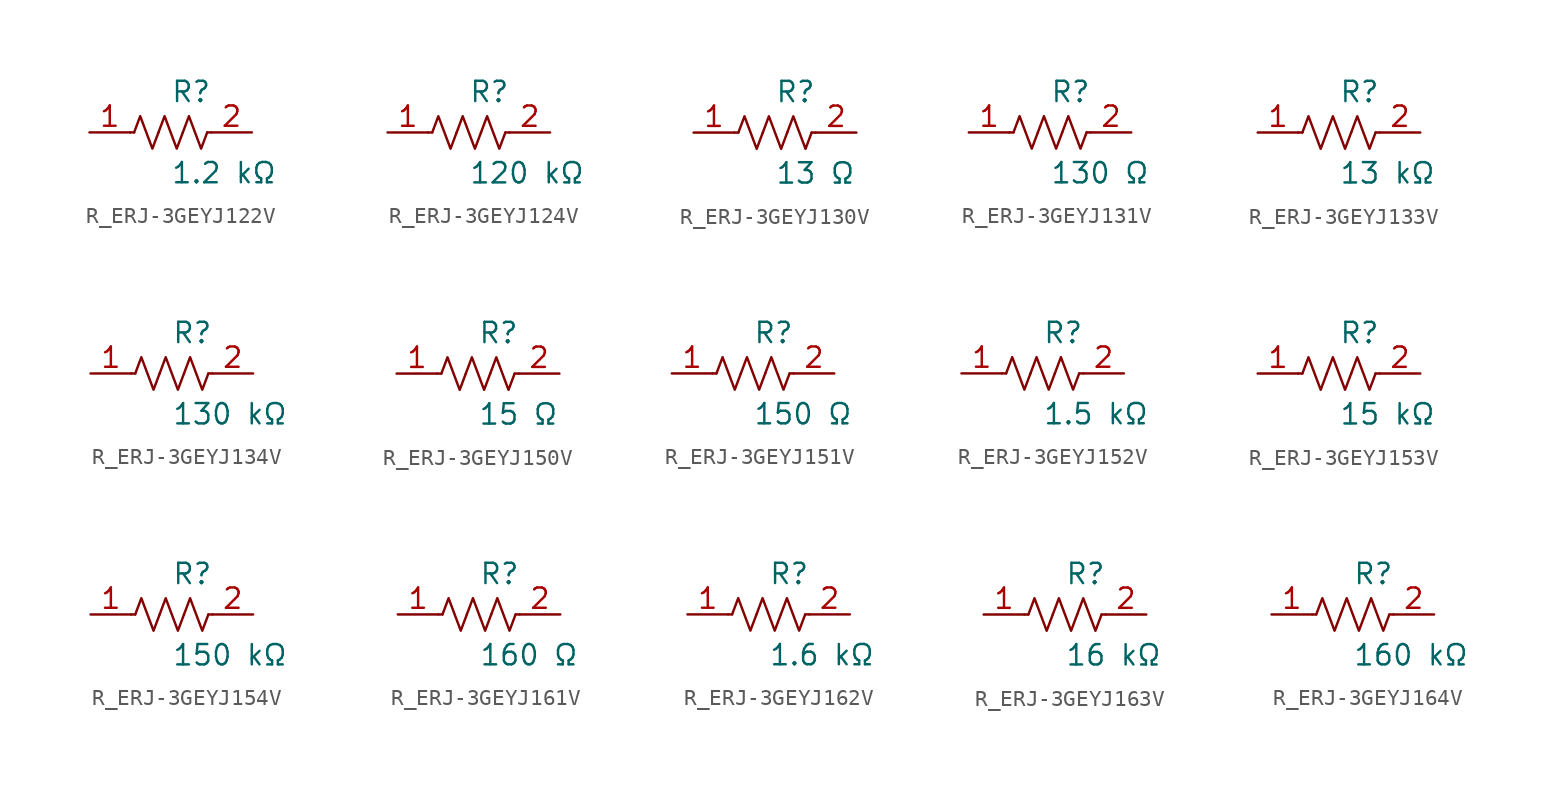
<source format=kicad_sym>
(kicad_symbol_lib
  (version 20231120)
  (generator kicad_symbol_editor)
  (generator_version 8.0)
  (symbol "R_ERJ-3GEYJ122V"
    (pin_names
      (offset 0.254))
    (property "Reference" "R"
      (at 0.0 2.54 0)
      (effects (font (size 1.27 1.27)) (justify left)))
    (property "Value" "1.2 kΩ"
      (at 0.0 -2.54 0)
      (effects (font (size 1.27 1.27)) (justify left)))
    (symbol "R_ERJ-3GEYJ122V_0_1"
      (polyline (pts (xy 2.286 0) (xy 2.54 0)) (stroke (width 0) (type default)) (fill (type none)))
      (polyline (pts (xy -2.286 0) (xy -2.54 0)) (stroke (width 0) (type default)) (fill (type none)))
      (polyline (pts (xy 0.762 0) (xy 1.143 1.016) (xy 1.524 0) (xy 1.905 -1.016) (xy 2.286 0)) (stroke (width 0) (type default)) (fill (type none)))
      (polyline (pts (xy -0.762 0) (xy -0.381 1.016) (xy 0 0) (xy 0.381 -1.016) (xy 0.762 0)) (stroke (width 0) (type default)) (fill (type none)))
      (polyline (pts (xy -2.286 0) (xy -1.905 1.016) (xy -1.524 0) (xy -1.143 -1.016) (xy -0.762 0)) (stroke (width 0) (type default)) (fill (type none))))
    (pin unspecified line
      (at -5.08 0 0)
      (length 2.54)
      (name "" (effects (font (size 1.27 1.27))))
      (number "1" (effects (font (size 1.27 1.27)))))
    (pin unspecified line
      (at 5.08 0 180)
      (length 2.54)
      (name "" (effects (font (size 1.27 1.27))))
      (number "2" (effects (font (size 1.27 1.27))))))
  (symbol "R_ERJ-3GEYJ124V"
    (pin_names
      (offset 0.254))
    (property "Reference" "R"
      (at 0.0 2.54 0)
      (effects (font (size 1.27 1.27)) (justify left)))
    (property "Value" "120 kΩ"
      (at 0.0 -2.54 0)
      (effects (font (size 1.27 1.27)) (justify left)))
    (symbol "R_ERJ-3GEYJ124V_0_1"
      (polyline (pts (xy 2.286 0) (xy 2.54 0)) (stroke (width 0) (type default)) (fill (type none)))
      (polyline (pts (xy -2.286 0) (xy -2.54 0)) (stroke (width 0) (type default)) (fill (type none)))
      (polyline (pts (xy 0.762 0) (xy 1.143 1.016) (xy 1.524 0) (xy 1.905 -1.016) (xy 2.286 0)) (stroke (width 0) (type default)) (fill (type none)))
      (polyline (pts (xy -0.762 0) (xy -0.381 1.016) (xy 0 0) (xy 0.381 -1.016) (xy 0.762 0)) (stroke (width 0) (type default)) (fill (type none)))
      (polyline (pts (xy -2.286 0) (xy -1.905 1.016) (xy -1.524 0) (xy -1.143 -1.016) (xy -0.762 0)) (stroke (width 0) (type default)) (fill (type none))))
    (pin unspecified line
      (at -5.08 0 0)
      (length 2.54)
      (name "" (effects (font (size 1.27 1.27))))
      (number "1" (effects (font (size 1.27 1.27)))))
    (pin unspecified line
      (at 5.08 0 180)
      (length 2.54)
      (name "" (effects (font (size 1.27 1.27))))
      (number "2" (effects (font (size 1.27 1.27))))))
  (symbol "R_ERJ-3GEYJ130V"
    (pin_names
      (offset 0.254))
    (property "Reference" "R"
      (at 0.0 2.54 0)
      (effects (font (size 1.27 1.27)) (justify left)))
    (property "Value" "13 Ω"
      (at 0.0 -2.54 0)
      (effects (font (size 1.27 1.27)) (justify left)))
    (symbol "R_ERJ-3GEYJ130V_0_1"
      (polyline (pts (xy 2.286 0) (xy 2.54 0)) (stroke (width 0) (type default)) (fill (type none)))
      (polyline (pts (xy -2.286 0) (xy -2.54 0)) (stroke (width 0) (type default)) (fill (type none)))
      (polyline (pts (xy 0.762 0) (xy 1.143 1.016) (xy 1.524 0) (xy 1.905 -1.016) (xy 2.286 0)) (stroke (width 0) (type default)) (fill (type none)))
      (polyline (pts (xy -0.762 0) (xy -0.381 1.016) (xy 0 0) (xy 0.381 -1.016) (xy 0.762 0)) (stroke (width 0) (type default)) (fill (type none)))
      (polyline (pts (xy -2.286 0) (xy -1.905 1.016) (xy -1.524 0) (xy -1.143 -1.016) (xy -0.762 0)) (stroke (width 0) (type default)) (fill (type none))))
    (pin unspecified line
      (at -5.08 0 0)
      (length 2.54)
      (name "" (effects (font (size 1.27 1.27))))
      (number "1" (effects (font (size 1.27 1.27)))))
    (pin unspecified line
      (at 5.08 0 180)
      (length 2.54)
      (name "" (effects (font (size 1.27 1.27))))
      (number "2" (effects (font (size 1.27 1.27))))))
  (symbol "R_ERJ-3GEYJ131V"
    (pin_names
      (offset 0.254))
    (property "Reference" "R"
      (at 0.0 2.54 0)
      (effects (font (size 1.27 1.27)) (justify left)))
    (property "Value" "130 Ω"
      (at 0.0 -2.54 0)
      (effects (font (size 1.27 1.27)) (justify left)))
    (symbol "R_ERJ-3GEYJ131V_0_1"
      (polyline (pts (xy 2.286 0) (xy 2.54 0)) (stroke (width 0) (type default)) (fill (type none)))
      (polyline (pts (xy -2.286 0) (xy -2.54 0)) (stroke (width 0) (type default)) (fill (type none)))
      (polyline (pts (xy 0.762 0) (xy 1.143 1.016) (xy 1.524 0) (xy 1.905 -1.016) (xy 2.286 0)) (stroke (width 0) (type default)) (fill (type none)))
      (polyline (pts (xy -0.762 0) (xy -0.381 1.016) (xy 0 0) (xy 0.381 -1.016) (xy 0.762 0)) (stroke (width 0) (type default)) (fill (type none)))
      (polyline (pts (xy -2.286 0) (xy -1.905 1.016) (xy -1.524 0) (xy -1.143 -1.016) (xy -0.762 0)) (stroke (width 0) (type default)) (fill (type none))))
    (pin unspecified line
      (at -5.08 0 0)
      (length 2.54)
      (name "" (effects (font (size 1.27 1.27))))
      (number "1" (effects (font (size 1.27 1.27)))))
    (pin unspecified line
      (at 5.08 0 180)
      (length 2.54)
      (name "" (effects (font (size 1.27 1.27))))
      (number "2" (effects (font (size 1.27 1.27))))))
  (symbol "R_ERJ-3GEYJ133V"
    (pin_names
      (offset 0.254))
    (property "Reference" "R"
      (at 0.0 2.54 0)
      (effects (font (size 1.27 1.27)) (justify left)))
    (property "Value" "13 kΩ"
      (at 0.0 -2.54 0)
      (effects (font (size 1.27 1.27)) (justify left)))
    (symbol "R_ERJ-3GEYJ133V_0_1"
      (polyline (pts (xy 2.286 0) (xy 2.54 0)) (stroke (width 0) (type default)) (fill (type none)))
      (polyline (pts (xy -2.286 0) (xy -2.54 0)) (stroke (width 0) (type default)) (fill (type none)))
      (polyline (pts (xy 0.762 0) (xy 1.143 1.016) (xy 1.524 0) (xy 1.905 -1.016) (xy 2.286 0)) (stroke (width 0) (type default)) (fill (type none)))
      (polyline (pts (xy -0.762 0) (xy -0.381 1.016) (xy 0 0) (xy 0.381 -1.016) (xy 0.762 0)) (stroke (width 0) (type default)) (fill (type none)))
      (polyline (pts (xy -2.286 0) (xy -1.905 1.016) (xy -1.524 0) (xy -1.143 -1.016) (xy -0.762 0)) (stroke (width 0) (type default)) (fill (type none))))
    (pin unspecified line
      (at -5.08 0 0)
      (length 2.54)
      (name "" (effects (font (size 1.27 1.27))))
      (number "1" (effects (font (size 1.27 1.27)))))
    (pin unspecified line
      (at 5.08 0 180)
      (length 2.54)
      (name "" (effects (font (size 1.27 1.27))))
      (number "2" (effects (font (size 1.27 1.27))))))
  (symbol "R_ERJ-3GEYJ134V"
    (pin_names
      (offset 0.254))
    (property "Reference" "R"
      (at 0.0 2.54 0)
      (effects (font (size 1.27 1.27)) (justify left)))
    (property "Value" "130 kΩ"
      (at 0.0 -2.54 0)
      (effects (font (size 1.27 1.27)) (justify left)))
    (symbol "R_ERJ-3GEYJ134V_0_1"
      (polyline (pts (xy 2.286 0) (xy 2.54 0)) (stroke (width 0) (type default)) (fill (type none)))
      (polyline (pts (xy -2.286 0) (xy -2.54 0)) (stroke (width 0) (type default)) (fill (type none)))
      (polyline (pts (xy 0.762 0) (xy 1.143 1.016) (xy 1.524 0) (xy 1.905 -1.016) (xy 2.286 0)) (stroke (width 0) (type default)) (fill (type none)))
      (polyline (pts (xy -0.762 0) (xy -0.381 1.016) (xy 0 0) (xy 0.381 -1.016) (xy 0.762 0)) (stroke (width 0) (type default)) (fill (type none)))
      (polyline (pts (xy -2.286 0) (xy -1.905 1.016) (xy -1.524 0) (xy -1.143 -1.016) (xy -0.762 0)) (stroke (width 0) (type default)) (fill (type none))))
    (pin unspecified line
      (at -5.08 0 0)
      (length 2.54)
      (name "" (effects (font (size 1.27 1.27))))
      (number "1" (effects (font (size 1.27 1.27)))))
    (pin unspecified line
      (at 5.08 0 180)
      (length 2.54)
      (name "" (effects (font (size 1.27 1.27))))
      (number "2" (effects (font (size 1.27 1.27))))))
  (symbol "R_ERJ-3GEYJ150V"
    (pin_names
      (offset 0.254))
    (property "Reference" "R"
      (at 0.0 2.54 0)
      (effects (font (size 1.27 1.27)) (justify left)))
    (property "Value" "15 Ω"
      (at 0.0 -2.54 0)
      (effects (font (size 1.27 1.27)) (justify left)))
    (symbol "R_ERJ-3GEYJ150V_0_1"
      (polyline (pts (xy 2.286 0) (xy 2.54 0)) (stroke (width 0) (type default)) (fill (type none)))
      (polyline (pts (xy -2.286 0) (xy -2.54 0)) (stroke (width 0) (type default)) (fill (type none)))
      (polyline (pts (xy 0.762 0) (xy 1.143 1.016) (xy 1.524 0) (xy 1.905 -1.016) (xy 2.286 0)) (stroke (width 0) (type default)) (fill (type none)))
      (polyline (pts (xy -0.762 0) (xy -0.381 1.016) (xy 0 0) (xy 0.381 -1.016) (xy 0.762 0)) (stroke (width 0) (type default)) (fill (type none)))
      (polyline (pts (xy -2.286 0) (xy -1.905 1.016) (xy -1.524 0) (xy -1.143 -1.016) (xy -0.762 0)) (stroke (width 0) (type default)) (fill (type none))))
    (pin unspecified line
      (at -5.08 0 0)
      (length 2.54)
      (name "" (effects (font (size 1.27 1.27))))
      (number "1" (effects (font (size 1.27 1.27)))))
    (pin unspecified line
      (at 5.08 0 180)
      (length 2.54)
      (name "" (effects (font (size 1.27 1.27))))
      (number "2" (effects (font (size 1.27 1.27))))))
  (symbol "R_ERJ-3GEYJ151V"
    (pin_names
      (offset 0.254))
    (property "Reference" "R"
      (at 0.0 2.54 0)
      (effects (font (size 1.27 1.27)) (justify left)))
    (property "Value" "150 Ω"
      (at 0.0 -2.54 0)
      (effects (font (size 1.27 1.27)) (justify left)))
    (symbol "R_ERJ-3GEYJ151V_0_1"
      (polyline (pts (xy 2.286 0) (xy 2.54 0)) (stroke (width 0) (type default)) (fill (type none)))
      (polyline (pts (xy -2.286 0) (xy -2.54 0)) (stroke (width 0) (type default)) (fill (type none)))
      (polyline (pts (xy 0.762 0) (xy 1.143 1.016) (xy 1.524 0) (xy 1.905 -1.016) (xy 2.286 0)) (stroke (width 0) (type default)) (fill (type none)))
      (polyline (pts (xy -0.762 0) (xy -0.381 1.016) (xy 0 0) (xy 0.381 -1.016) (xy 0.762 0)) (stroke (width 0) (type default)) (fill (type none)))
      (polyline (pts (xy -2.286 0) (xy -1.905 1.016) (xy -1.524 0) (xy -1.143 -1.016) (xy -0.762 0)) (stroke (width 0) (type default)) (fill (type none))))
    (pin unspecified line
      (at -5.08 0 0)
      (length 2.54)
      (name "" (effects (font (size 1.27 1.27))))
      (number "1" (effects (font (size 1.27 1.27)))))
    (pin unspecified line
      (at 5.08 0 180)
      (length 2.54)
      (name "" (effects (font (size 1.27 1.27))))
      (number "2" (effects (font (size 1.27 1.27))))))
  (symbol "R_ERJ-3GEYJ152V"
    (pin_names
      (offset 0.254))
    (property "Reference" "R"
      (at 0.0 2.54 0)
      (effects (font (size 1.27 1.27)) (justify left)))
    (property "Value" "1.5 kΩ"
      (at 0.0 -2.54 0)
      (effects (font (size 1.27 1.27)) (justify left)))
    (symbol "R_ERJ-3GEYJ152V_0_1"
      (polyline (pts (xy 2.286 0) (xy 2.54 0)) (stroke (width 0) (type default)) (fill (type none)))
      (polyline (pts (xy -2.286 0) (xy -2.54 0)) (stroke (width 0) (type default)) (fill (type none)))
      (polyline (pts (xy 0.762 0) (xy 1.143 1.016) (xy 1.524 0) (xy 1.905 -1.016) (xy 2.286 0)) (stroke (width 0) (type default)) (fill (type none)))
      (polyline (pts (xy -0.762 0) (xy -0.381 1.016) (xy 0 0) (xy 0.381 -1.016) (xy 0.762 0)) (stroke (width 0) (type default)) (fill (type none)))
      (polyline (pts (xy -2.286 0) (xy -1.905 1.016) (xy -1.524 0) (xy -1.143 -1.016) (xy -0.762 0)) (stroke (width 0) (type default)) (fill (type none))))
    (pin unspecified line
      (at -5.08 0 0)
      (length 2.54)
      (name "" (effects (font (size 1.27 1.27))))
      (number "1" (effects (font (size 1.27 1.27)))))
    (pin unspecified line
      (at 5.08 0 180)
      (length 2.54)
      (name "" (effects (font (size 1.27 1.27))))
      (number "2" (effects (font (size 1.27 1.27))))))
  (symbol "R_ERJ-3GEYJ153V"
    (pin_names
      (offset 0.254))
    (property "Reference" "R"
      (at 0.0 2.54 0)
      (effects (font (size 1.27 1.27)) (justify left)))
    (property "Value" "15 kΩ"
      (at 0.0 -2.54 0)
      (effects (font (size 1.27 1.27)) (justify left)))
    (symbol "R_ERJ-3GEYJ153V_0_1"
      (polyline (pts (xy 2.286 0) (xy 2.54 0)) (stroke (width 0) (type default)) (fill (type none)))
      (polyline (pts (xy -2.286 0) (xy -2.54 0)) (stroke (width 0) (type default)) (fill (type none)))
      (polyline (pts (xy 0.762 0) (xy 1.143 1.016) (xy 1.524 0) (xy 1.905 -1.016) (xy 2.286 0)) (stroke (width 0) (type default)) (fill (type none)))
      (polyline (pts (xy -0.762 0) (xy -0.381 1.016) (xy 0 0) (xy 0.381 -1.016) (xy 0.762 0)) (stroke (width 0) (type default)) (fill (type none)))
      (polyline (pts (xy -2.286 0) (xy -1.905 1.016) (xy -1.524 0) (xy -1.143 -1.016) (xy -0.762 0)) (stroke (width 0) (type default)) (fill (type none))))
    (pin unspecified line
      (at -5.08 0 0)
      (length 2.54)
      (name "" (effects (font (size 1.27 1.27))))
      (number "1" (effects (font (size 1.27 1.27)))))
    (pin unspecified line
      (at 5.08 0 180)
      (length 2.54)
      (name "" (effects (font (size 1.27 1.27))))
      (number "2" (effects (font (size 1.27 1.27))))))
  (symbol "R_ERJ-3GEYJ154V"
    (pin_names
      (offset 0.254))
    (property "Reference" "R"
      (at 0.0 2.54 0)
      (effects (font (size 1.27 1.27)) (justify left)))
    (property "Value" "150 kΩ"
      (at 0.0 -2.54 0)
      (effects (font (size 1.27 1.27)) (justify left)))
    (symbol "R_ERJ-3GEYJ154V_0_1"
      (polyline (pts (xy 2.286 0) (xy 2.54 0)) (stroke (width 0) (type default)) (fill (type none)))
      (polyline (pts (xy -2.286 0) (xy -2.54 0)) (stroke (width 0) (type default)) (fill (type none)))
      (polyline (pts (xy 0.762 0) (xy 1.143 1.016) (xy 1.524 0) (xy 1.905 -1.016) (xy 2.286 0)) (stroke (width 0) (type default)) (fill (type none)))
      (polyline (pts (xy -0.762 0) (xy -0.381 1.016) (xy 0 0) (xy 0.381 -1.016) (xy 0.762 0)) (stroke (width 0) (type default)) (fill (type none)))
      (polyline (pts (xy -2.286 0) (xy -1.905 1.016) (xy -1.524 0) (xy -1.143 -1.016) (xy -0.762 0)) (stroke (width 0) (type default)) (fill (type none))))
    (pin unspecified line
      (at -5.08 0 0)
      (length 2.54)
      (name "" (effects (font (size 1.27 1.27))))
      (number "1" (effects (font (size 1.27 1.27)))))
    (pin unspecified line
      (at 5.08 0 180)
      (length 2.54)
      (name "" (effects (font (size 1.27 1.27))))
      (number "2" (effects (font (size 1.27 1.27))))))
  (symbol "R_ERJ-3GEYJ161V"
    (pin_names
      (offset 0.254))
    (property "Reference" "R"
      (at 0.0 2.54 0)
      (effects (font (size 1.27 1.27)) (justify left)))
    (property "Value" "160 Ω"
      (at 0.0 -2.54 0)
      (effects (font (size 1.27 1.27)) (justify left)))
    (symbol "R_ERJ-3GEYJ161V_0_1"
      (polyline (pts (xy 2.286 0) (xy 2.54 0)) (stroke (width 0) (type default)) (fill (type none)))
      (polyline (pts (xy -2.286 0) (xy -2.54 0)) (stroke (width 0) (type default)) (fill (type none)))
      (polyline (pts (xy 0.762 0) (xy 1.143 1.016) (xy 1.524 0) (xy 1.905 -1.016) (xy 2.286 0)) (stroke (width 0) (type default)) (fill (type none)))
      (polyline (pts (xy -0.762 0) (xy -0.381 1.016) (xy 0 0) (xy 0.381 -1.016) (xy 0.762 0)) (stroke (width 0) (type default)) (fill (type none)))
      (polyline (pts (xy -2.286 0) (xy -1.905 1.016) (xy -1.524 0) (xy -1.143 -1.016) (xy -0.762 0)) (stroke (width 0) (type default)) (fill (type none))))
    (pin unspecified line
      (at -5.08 0 0)
      (length 2.54)
      (name "" (effects (font (size 1.27 1.27))))
      (number "1" (effects (font (size 1.27 1.27)))))
    (pin unspecified line
      (at 5.08 0 180)
      (length 2.54)
      (name "" (effects (font (size 1.27 1.27))))
      (number "2" (effects (font (size 1.27 1.27))))))
  (symbol "R_ERJ-3GEYJ162V"
    (pin_names
      (offset 0.254))
    (property "Reference" "R"
      (at 0.0 2.54 0)
      (effects (font (size 1.27 1.27)) (justify left)))
    (property "Value" "1.6 kΩ"
      (at 0.0 -2.54 0)
      (effects (font (size 1.27 1.27)) (justify left)))
    (symbol "R_ERJ-3GEYJ162V_0_1"
      (polyline (pts (xy 2.286 0) (xy 2.54 0)) (stroke (width 0) (type default)) (fill (type none)))
      (polyline (pts (xy -2.286 0) (xy -2.54 0)) (stroke (width 0) (type default)) (fill (type none)))
      (polyline (pts (xy 0.762 0) (xy 1.143 1.016) (xy 1.524 0) (xy 1.905 -1.016) (xy 2.286 0)) (stroke (width 0) (type default)) (fill (type none)))
      (polyline (pts (xy -0.762 0) (xy -0.381 1.016) (xy 0 0) (xy 0.381 -1.016) (xy 0.762 0)) (stroke (width 0) (type default)) (fill (type none)))
      (polyline (pts (xy -2.286 0) (xy -1.905 1.016) (xy -1.524 0) (xy -1.143 -1.016) (xy -0.762 0)) (stroke (width 0) (type default)) (fill (type none))))
    (pin unspecified line
      (at -5.08 0 0)
      (length 2.54)
      (name "" (effects (font (size 1.27 1.27))))
      (number "1" (effects (font (size 1.27 1.27)))))
    (pin unspecified line
      (at 5.08 0 180)
      (length 2.54)
      (name "" (effects (font (size 1.27 1.27))))
      (number "2" (effects (font (size 1.27 1.27))))))
  (symbol "R_ERJ-3GEYJ163V"
    (pin_names
      (offset 0.254))
    (property "Reference" "R"
      (at 0.0 2.54 0)
      (effects (font (size 1.27 1.27)) (justify left)))
    (property "Value" "16 kΩ"
      (at 0.0 -2.54 0)
      (effects (font (size 1.27 1.27)) (justify left)))
    (symbol "R_ERJ-3GEYJ163V_0_1"
      (polyline (pts (xy 2.286 0) (xy 2.54 0)) (stroke (width 0) (type default)) (fill (type none)))
      (polyline (pts (xy -2.286 0) (xy -2.54 0)) (stroke (width 0) (type default)) (fill (type none)))
      (polyline (pts (xy 0.762 0) (xy 1.143 1.016) (xy 1.524 0) (xy 1.905 -1.016) (xy 2.286 0)) (stroke (width 0) (type default)) (fill (type none)))
      (polyline (pts (xy -0.762 0) (xy -0.381 1.016) (xy 0 0) (xy 0.381 -1.016) (xy 0.762 0)) (stroke (width 0) (type default)) (fill (type none)))
      (polyline (pts (xy -2.286 0) (xy -1.905 1.016) (xy -1.524 0) (xy -1.143 -1.016) (xy -0.762 0)) (stroke (width 0) (type default)) (fill (type none))))
    (pin unspecified line
      (at -5.08 0 0)
      (length 2.54)
      (name "" (effects (font (size 1.27 1.27))))
      (number "1" (effects (font (size 1.27 1.27)))))
    (pin unspecified line
      (at 5.08 0 180)
      (length 2.54)
      (name "" (effects (font (size 1.27 1.27))))
      (number "2" (effects (font (size 1.27 1.27))))))
  (symbol "R_ERJ-3GEYJ164V"
    (pin_names
      (offset 0.254))
    (property "Reference" "R"
      (at 0.0 2.54 0)
      (effects (font (size 1.27 1.27)) (justify left)))
    (property "Value" "160 kΩ"
      (at 0.0 -2.54 0)
      (effects (font (size 1.27 1.27)) (justify left)))
    (symbol "R_ERJ-3GEYJ164V_0_1"
      (polyline (pts (xy 2.286 0) (xy 2.54 0)) (stroke (width 0) (type default)) (fill (type none)))
      (polyline (pts (xy -2.286 0) (xy -2.54 0)) (stroke (width 0) (type default)) (fill (type none)))
      (polyline (pts (xy 0.762 0) (xy 1.143 1.016) (xy 1.524 0) (xy 1.905 -1.016) (xy 2.286 0)) (stroke (width 0) (type default)) (fill (type none)))
      (polyline (pts (xy -0.762 0) (xy -0.381 1.016) (xy 0 0) (xy 0.381 -1.016) (xy 0.762 0)) (stroke (width 0) (type default)) (fill (type none)))
      (polyline (pts (xy -2.286 0) (xy -1.905 1.016) (xy -1.524 0) (xy -1.143 -1.016) (xy -0.762 0)) (stroke (width 0) (type default)) (fill (type none))))
    (pin unspecified line
      (at -5.08 0 0)
      (length 2.54)
      (name "" (effects (font (size 1.27 1.27))))
      (number "1" (effects (font (size 1.27 1.27)))))
    (pin unspecified line
      (at 5.08 0 180)
      (length 2.54)
      (name "" (effects (font (size 1.27 1.27))))
      (number "2" (effects (font (size 1.27 1.27)))))))
</source>
